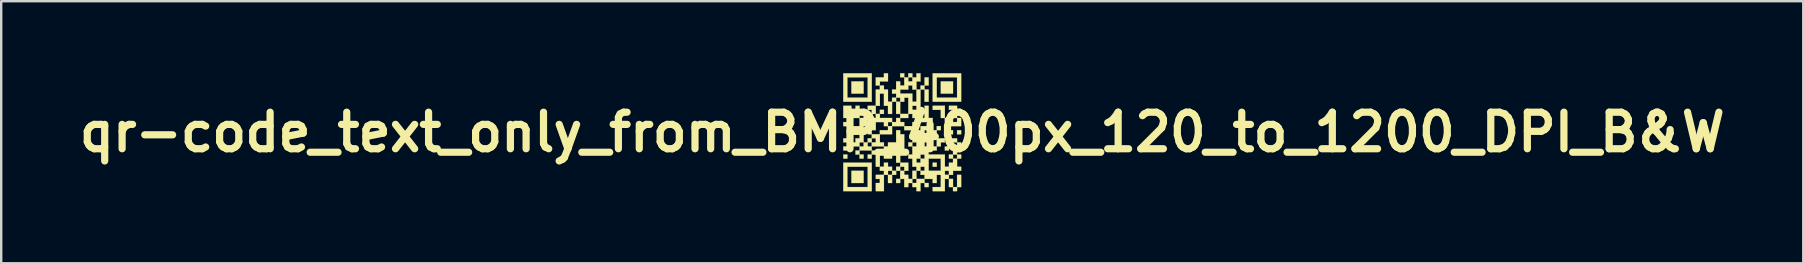
<source format=kicad_pcb>
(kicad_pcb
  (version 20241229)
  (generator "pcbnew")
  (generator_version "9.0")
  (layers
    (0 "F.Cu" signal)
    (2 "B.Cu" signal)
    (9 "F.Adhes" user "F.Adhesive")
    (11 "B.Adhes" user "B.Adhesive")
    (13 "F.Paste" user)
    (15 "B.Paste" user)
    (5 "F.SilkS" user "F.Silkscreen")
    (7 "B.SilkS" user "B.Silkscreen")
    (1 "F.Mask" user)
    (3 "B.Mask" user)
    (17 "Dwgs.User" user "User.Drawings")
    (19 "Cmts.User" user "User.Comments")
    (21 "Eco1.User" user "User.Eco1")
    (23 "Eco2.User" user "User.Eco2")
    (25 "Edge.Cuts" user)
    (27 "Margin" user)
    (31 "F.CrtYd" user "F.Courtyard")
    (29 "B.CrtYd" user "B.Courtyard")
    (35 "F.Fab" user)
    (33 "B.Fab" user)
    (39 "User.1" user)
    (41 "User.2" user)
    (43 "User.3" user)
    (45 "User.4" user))
  (footprint "qr-code_text_only_from_BMP_400px_120_to_1200_DPI_B&W"
    (layer "F.Cu")
    (at 34.551 2.46)
    (property "Reference" "qr-code_text_only_from_BMP_400px_120_to_1200_DPI_B&W" (at 0 0 0) (layer "F.SilkS") (effects (font (size 1.524 1.524) (thickness 0.3))))
    (attr through_hole)
    (fp_poly (pts (xy -2.286 0.762) (xy -2.455 0.762) (xy -2.455 0.593) (xy -2.286 0.593) (xy -2.286 0.762)) (stroke (width 0.01) (type solid)) (fill yes) (layer "F.SilkS"))
    (fp_poly (pts (xy -2.286 1.101) (xy -2.455 1.101) (xy -2.455 0.931) (xy -2.286 0.931) (xy -2.286 1.101)) (stroke (width 0.01) (type solid)) (fill yes) (layer "F.SilkS"))
    (fp_poly (pts (xy -2.117 0.423) (xy -2.455 0.423) (xy -2.455 0.254) (xy -2.117 0.254) (xy -2.117 0.423)) (stroke (width 0.01) (type solid)) (fill yes) (layer "F.SilkS"))
    (fp_poly (pts (xy -1.778 -0.931) (xy -1.947 -0.931) (xy -1.947 -1.101) (xy -1.778 -1.101) (xy -1.778 -0.931)) (stroke (width 0.01) (type solid)) (fill yes) (layer "F.SilkS"))
    (fp_poly (pts (xy -1.778 0.931) (xy -1.947 0.931) (xy -1.947 0.762) (xy -1.778 0.762) (xy -1.778 0.931)) (stroke (width 0.01) (type solid)) (fill yes) (layer "F.SilkS"))
    (fp_poly (pts (xy -1.609 -1.609) (xy -2.117 -1.609) (xy -2.117 -2.117) (xy -1.609 -2.117) (xy -1.609 -1.609)) (stroke (width 0.01) (type solid)) (fill yes) (layer "F.SilkS"))
    (fp_poly (pts (xy -1.609 1.101) (xy -1.778 1.101) (xy -1.778 0.931) (xy -1.609 0.931) (xy -1.609 1.101)) (stroke (width 0.01) (type solid)) (fill yes) (layer "F.SilkS"))
    (fp_poly (pts (xy -1.609 2.117) (xy -2.117 2.117) (xy -2.117 1.609) (xy -1.609 1.609) (xy -1.609 2.117)) (stroke (width 0.01) (type solid)) (fill yes) (layer "F.SilkS"))
    (fp_poly (pts (xy -1.27 0.085) (xy -1.439 0.085) (xy -1.439 -0.085) (xy -1.27 -0.085) (xy -1.27 0.085)) (stroke (width 0.01) (type solid)) (fill yes) (layer "F.SilkS"))
    (fp_poly (pts (xy -1.27 1.101) (xy -1.439 1.101) (xy -1.439 0.931) (xy -1.27 0.931) (xy -1.27 1.101)) (stroke (width 0.01) (type solid)) (fill yes) (layer "F.SilkS"))
    (fp_poly (pts (xy -1.101 0.931) (xy -1.27 0.931) (xy -1.27 0.762) (xy -1.101 0.762) (xy -1.101 0.931)) (stroke (width 0.01) (type solid)) (fill yes) (layer "F.SilkS"))
    (fp_poly (pts (xy -0.931 1.439) (xy -1.101 1.439) (xy -1.101 0.931) (xy -0.931 0.931) (xy -0.931 1.439)) (stroke (width 0.01) (type solid)) (fill yes) (layer "F.SilkS"))
    (fp_poly (pts (xy -0.762 -0.762) (xy -0.931 -0.762) (xy -0.931 -0.931) (xy -0.762 -0.931) (xy -0.762 -0.762)) (stroke (width 0.01) (type solid)) (fill yes) (layer "F.SilkS"))
    (fp_poly (pts (xy -0.762 0.931) (xy -0.931 0.931) (xy -0.931 0.762) (xy -0.762 0.762) (xy -0.762 0.931)) (stroke (width 0.01) (type solid)) (fill yes) (layer "F.SilkS"))
    (fp_poly (pts (xy -0.423 1.101) (xy -0.762 1.101) (xy -0.762 0.931) (xy -0.423 0.931) (xy -0.423 1.101)) (stroke (width 0.01) (type solid)) (fill yes) (layer "F.SilkS"))
    (fp_poly (pts (xy -0.254 -1.27) (xy -0.423 -1.27) (xy -0.423 -1.439) (xy -0.254 -1.439) (xy -0.254 -1.27)) (stroke (width 0.01) (type solid)) (fill yes) (layer "F.SilkS"))
    (fp_poly (pts (xy -0.085 -0.762) (xy -0.254 -0.762) (xy -0.254 -1.27) (xy -0.085 -1.27) (xy -0.085 -0.762)) (stroke (width 0.01) (type solid)) (fill yes) (layer "F.SilkS"))
    (fp_poly (pts (xy -0.085 1.27) (xy -0.254 1.27) (xy -0.254 0.931) (xy -0.085 0.931) (xy -0.085 1.27)) (stroke (width 0.01) (type solid)) (fill yes) (layer "F.SilkS"))
    (fp_poly (pts (xy -0.085 1.609) (xy -0.254 1.609) (xy -0.254 1.439) (xy -0.085 1.439) (xy -0.085 1.609)) (stroke (width 0.01) (type solid)) (fill yes) (layer "F.SilkS"))
    (fp_poly (pts (xy -0.085 2.117) (xy -0.254 2.117) (xy -0.254 1.947) (xy -0.085 1.947) (xy -0.085 2.117)) (stroke (width 0.01) (type solid)) (fill yes) (layer "F.SilkS"))
    (fp_poly (pts (xy 0.085 -2.286) (xy -0.085 -2.286) (xy -0.085 -2.455) (xy 0.085 -2.455) (xy 0.085 -2.286)) (stroke (width 0.01) (type solid)) (fill yes) (layer "F.SilkS"))
    (fp_poly (pts (xy 0.254 -0.593) (xy -0.085 -0.593) (xy -0.085 -0.762) (xy 0.254 -0.762) (xy 0.254 -0.593)) (stroke (width 0.01) (type solid)) (fill yes) (layer "F.SilkS"))
    (fp_poly (pts (xy 0.423 0.593) (xy 0.254 0.593) (xy 0.254 0.423) (xy 0.423 0.423) (xy 0.423 0.593)) (stroke (width 0.01) (type solid)) (fill yes) (layer "F.SilkS"))
    (fp_poly (pts (xy 0.593 1.947) (xy 0.423 1.947) (xy 0.423 1.609) (xy 0.593 1.609) (xy 0.593 1.947)) (stroke (width 0.01) (type solid)) (fill yes) (layer "F.SilkS"))
    (fp_poly (pts (xy 0.931 -1.778) (xy 0.762 -1.778) (xy 0.762 -1.947) (xy 0.931 -1.947) (xy 0.931 -1.778)) (stroke (width 0.01) (type solid)) (fill yes) (layer "F.SilkS"))
    (fp_poly (pts (xy 1.101 -1.947) (xy 0.931 -1.947) (xy 0.931 -2.286) (xy 1.101 -2.286) (xy 1.101 -1.947)) (stroke (width 0.01) (type solid)) (fill yes) (layer "F.SilkS"))
    (fp_poly (pts (xy 1.101 -1.27) (xy 0.931 -1.27) (xy 0.931 -1.778) (xy 1.101 -1.778) (xy 1.101 -1.27)) (stroke (width 0.01) (type solid)) (fill yes) (layer "F.SilkS"))
    (fp_poly (pts (xy 1.101 2.286) (xy 0.931 2.286) (xy 0.931 2.117) (xy 1.101 2.117) (xy 1.101 2.286)) (stroke (width 0.01) (type solid)) (fill yes) (layer "F.SilkS"))
    (fp_poly (pts (xy 1.439 1.439) (xy 1.27 1.439) (xy 1.27 1.27) (xy 1.439 1.27) (xy 1.439 1.439)) (stroke (width 0.01) (type solid)) (fill yes) (layer "F.SilkS"))
    (fp_poly (pts (xy 1.609 -0.085) (xy 1.439 -0.085) (xy 1.439 -0.254) (xy 1.609 -0.254) (xy 1.609 -0.085)) (stroke (width 0.01) (type solid)) (fill yes) (layer "F.SilkS"))
    (fp_poly (pts (xy 1.947 -0.085) (xy 1.778 -0.085) (xy 1.778 -0.254) (xy 1.947 -0.254) (xy 1.947 -0.085)) (stroke (width 0.01) (type solid)) (fill yes) (layer "F.SilkS"))
    (fp_poly (pts (xy 1.947 0.762) (xy 1.778 0.762) (xy 1.778 0.593) (xy 1.947 0.593) (xy 1.947 0.762)) (stroke (width 0.01) (type solid)) (fill yes) (layer "F.SilkS"))
    (fp_poly (pts (xy 2.117 -1.609) (xy 1.609 -1.609) (xy 1.609 -2.117) (xy 2.117 -2.117) (xy 2.117 -1.609)) (stroke (width 0.01) (type solid)) (fill yes) (layer "F.SilkS"))
    (fp_poly (pts (xy 2.117 0.085) (xy 1.947 0.085) (xy 1.947 -0.085) (xy 2.117 -0.085) (xy 2.117 0.085)) (stroke (width 0.01) (type solid)) (fill yes) (layer "F.SilkS"))
    (fp_poly (pts (xy 2.117 1.101) (xy 1.947 1.101) (xy 1.947 0.931) (xy 2.117 0.931) (xy 2.117 1.101)) (stroke (width 0.01) (type solid)) (fill yes) (layer "F.SilkS"))
    (fp_poly (pts (xy 2.117 2.286) (xy 1.947 2.286) (xy 1.947 1.947) (xy 2.117 1.947) (xy 2.117 2.286)) (stroke (width 0.01) (type solid)) (fill yes) (layer "F.SilkS"))
    (fp_poly (pts (xy 2.286 -0.931) (xy 1.947 -0.931) (xy 1.947 -1.101) (xy 2.286 -1.101) (xy 2.286 -0.931)) (stroke (width 0.01) (type solid)) (fill yes) (layer "F.SilkS"))
    (fp_poly (pts (xy 2.286 0.931) (xy 2.117 0.931) (xy 2.117 0.593) (xy 2.286 0.593) (xy 2.286 0.931)) (stroke (width 0.01) (type solid)) (fill yes) (layer "F.SilkS"))
    (fp_poly (pts (xy 2.286 2.455) (xy 2.117 2.455) (xy 2.117 2.286) (xy 2.286 2.286) (xy 2.286 2.455)) (stroke (width 0.01) (type solid)) (fill yes) (layer "F.SilkS"))
    (fp_poly (pts (xy 2.455 0.085) (xy 2.286 0.085) (xy 2.286 -0.085) (xy 2.455 -0.085) (xy 2.455 0.085)) (stroke (width 0.01) (type solid)) (fill yes) (layer "F.SilkS"))
    (fp_poly (pts (xy 2.455 0.593) (xy 2.286 0.593) (xy 2.286 0.423) (xy 2.455 0.423) (xy 2.455 0.593)) (stroke (width 0.01) (type solid)) (fill yes) (layer "F.SilkS"))
    (fp_poly (pts (xy 2.455 1.101) (xy 2.286 1.101) (xy 2.286 0.931) (xy 2.455 0.931) (xy 2.455 1.101)) (stroke (width 0.01) (type solid)) (fill yes) (layer "F.SilkS"))
    (fp_poly (pts (xy 2.455 2.286) (xy 2.286 2.286) (xy 2.286 1.778) (xy 2.455 1.778) (xy 2.455 2.286)) (stroke (width 0.01) (type solid)) (fill yes) (layer "F.SilkS"))
    (fp_poly (pts (xy -2.117 -0.931) (xy -2.286 -0.931) (xy -2.286 -0.593) (xy -2.455 -0.593) (xy -2.455 -1.101) (xy -2.117 -1.101) (xy -2.117 -0.931)) (stroke (width 0.01) (type solid)) (fill yes) (layer "F.SilkS"))
    (fp_poly (pts (xy -1.947 -0.762) (xy -1.778 -0.762) (xy -1.778 -0.593) (xy -2.117 -0.593) (xy -2.117 -0.931) (xy -1.947 -0.931) (xy -1.947 -0.762)) (stroke (width 0.01) (type solid)) (fill yes) (layer "F.SilkS"))
    (fp_poly (pts (xy -0.423 0.085) (xy -0.931 0.085) (xy -0.931 -0.085) (xy -0.593 -0.085) (xy -0.593 -0.254) (xy -0.423 -0.254) (xy -0.423 0.085)) (stroke (width 0.01) (type solid)) (fill yes) (layer "F.SilkS"))
    (fp_poly (pts (xy 0.254 1.609) (xy 0.085 1.609) (xy 0.085 1.439) (xy -0.085 1.439) (xy -0.085 1.27) (xy 0.254 1.27) (xy 0.254 1.609)) (stroke (width 0.01) (type solid)) (fill yes) (layer "F.SilkS"))
    (fp_poly (pts (xy 0.593 -0.085) (xy 0.085 -0.085) (xy 0.085 -0.254) (xy 0.423 -0.254) (xy 0.423 -0.423) (xy 0.593 -0.423) (xy 0.593 -0.085)) (stroke (width 0.01) (type solid)) (fill yes) (layer "F.SilkS"))
    (fp_poly (pts (xy 1.778 -0.593) (xy 1.609 -0.593) (xy 1.609 -0.931) (xy 1.27 -0.931) (xy 1.27 -1.101) (xy 1.778 -1.101) (xy 1.778 -0.593)) (stroke (width 0.01) (type solid)) (fill yes) (layer "F.SilkS"))
    (fp_poly (pts (xy 1.778 0.423) (xy 1.609 0.423) (xy 1.609 0.593) (xy 1.439 0.593) (xy 1.439 0.254) (xy 1.778 0.254) (xy 1.778 0.423)) (stroke (width 0.01) (type solid)) (fill yes) (layer "F.SilkS"))
    (fp_poly (pts (xy 2.286 0.423) (xy 2.117 0.423) (xy 2.117 0.593) (xy 1.947 0.593) (xy 1.947 0.254) (xy 2.286 0.254) (xy 2.286 0.423)) (stroke (width 0.01) (type solid)) (fill yes) (layer "F.SilkS"))
    (fp_poly (pts (xy -0.762 2.455) (xy -1.101 2.455) (xy -1.101 2.117) (xy -0.931 2.117) (xy -0.931 1.947) (xy -1.101 1.947) (xy -1.101 1.778) (xy -0.762 1.778) (xy -0.762 2.455)) (stroke (width 0.01) (type solid)) (fill yes) (layer "F.SilkS"))
    (fp_poly (pts (xy -0.593 -2.117) (xy -0.931 -2.117) (xy -0.931 -1.947) (xy -1.101 -1.947) (xy -1.101 -2.286) (xy -0.762 -2.286) (xy -0.762 -2.455) (xy -0.593 -2.455) (xy -0.593 -2.117)) (stroke (width 0.01) (type solid)) (fill yes) (layer "F.SilkS"))
    (fp_poly (pts (xy -0.085 -0.423) (xy 0.085 -0.423) (xy 0.085 -0.254) (xy -0.423 -0.254) (xy -0.423 -0.423) (xy -0.254 -0.423) (xy -0.254 -0.593) (xy -0.085 -0.593) (xy -0.085 -0.423)) (stroke (width 0.01) (type solid)) (fill yes) (layer "F.SilkS"))
    (fp_poly (pts (xy 0.931 2.117) (xy 0.762 2.117) (xy 0.762 2.455) (xy 0.593 2.455) (xy 0.593 2.286) (xy 0.423 2.286) (xy 0.423 2.117) (xy 0.593 2.117) (xy 0.593 1.947) (xy 0.931 1.947) (xy 0.931 2.117)) (stroke (width 0.01) (type solid)) (fill yes) (layer "F.SilkS"))
    (fp_poly (pts (xy -1.27 -1.27) (xy -2.455 -1.27) (xy -2.455 -2.286) (xy -2.286 -2.286) (xy -2.286 -1.439) (xy -1.439 -1.439) (xy -1.439 -2.286) (xy -2.286 -2.286) (xy -2.455 -2.286) (xy -2.455 -2.455) (xy -1.27 -2.455) (xy -1.27 -1.27)) (stroke (width 0.01) (type solid)) (fill yes) (layer "F.SilkS"))
    (fp_poly (pts (xy -1.27 2.455) (xy -2.455 2.455) (xy -2.455 1.439) (xy -2.286 1.439) (xy -2.286 2.286) (xy -1.439 2.286) (xy -1.439 1.439) (xy -2.286 1.439) (xy -2.455 1.439) (xy -2.455 1.27) (xy -1.27 1.27) (xy -1.27 2.455)) (stroke (width 0.01) (type solid)) (fill yes) (layer "F.SilkS"))
    (fp_poly (pts (xy 2.455 -1.27) (xy 1.27 -1.27) (xy 1.27 -2.286) (xy 1.439 -2.286) (xy 1.439 -1.439) (xy 2.286 -1.439) (xy 2.286 -2.286) (xy 1.439 -2.286) (xy 1.27 -2.286) (xy 1.27 -2.455) (xy 2.455 -2.455) (xy 2.455 -1.27)) (stroke (width 0.01) (type solid)) (fill yes) (layer "F.SilkS"))
    (fp_poly (pts (xy -0.762 0.593) (xy -0.593 0.593) (xy -0.593 0.423) (xy -0.254 0.423) (xy -0.254 -0.085) (xy -0.085 -0.085) (xy -0.085 0.085) (xy 0.085 0.085) (xy 0.085 0.931) (xy -0.085 0.931) (xy -0.085 0.762) (xy -0.762 0.762) (xy -0.762 0.593)) (stroke (width 0.01) (type solid)) (fill yes) (layer "F.SilkS"))
    (fp_poly (pts (xy -0.085 1.609) (xy 0.085 1.609) (xy 0.085 1.778) (xy 0.254 1.778) (xy 0.254 1.947) (xy 0.423 1.947) (xy 0.423 2.117) (xy 0.254 2.117) (xy 0.254 2.286) (xy 0.085 2.286) (xy 0.085 1.947) (xy -0.085 1.947) (xy -0.085 1.609)) (stroke (width 0.01) (type solid)) (fill yes) (layer "F.SilkS"))
    (fp_poly (pts (xy 2.455 -0.593) (xy 2.455 -0.254) (xy 1.947 -0.254) (xy 1.947 -0.423) (xy 1.778 -0.423) (xy 1.778 -0.593) (xy 2.117 -0.593) (xy 2.117 -0.423) (xy 2.286 -0.423) (xy 2.286 -0.593) (xy 2.117 -0.593) (xy 2.117 -0.762) (xy 2.286 -0.762) (xy 2.286 -0.593) (xy 2.455 -0.593)) (stroke (width 0.01) (type solid)) (fill yes) (layer "F.SilkS"))
    (fp_poly (pts (xy -0.762 -1.778) (xy -0.593 -1.778) (xy -0.593 -1.27) (xy -0.423 -1.27) (xy -0.423 -0.762) (xy -0.593 -0.762) (xy -0.593 -1.101) (xy -0.762 -1.101) (xy -0.762 -1.609) (xy -0.931 -1.609) (xy -0.931 -1.101) (xy -1.101 -1.101) (xy -1.101 -1.778) (xy -0.931 -1.778) (xy -0.931 -1.947) (xy -0.762 -1.947) (xy -0.762 -1.778)) (stroke (width 0.01) (type solid)) (fill yes) (layer "F.SilkS"))
    (fp_poly (pts (xy -0.762 1.609) (xy -0.593 1.609) (xy -0.593 1.778) (xy -0.423 1.778) (xy -0.423 1.609) (xy -0.593 1.609) (xy -0.762 1.609) (xy -0.931 1.609) (xy -0.931 1.439) (xy -0.762 1.439) (xy -0.762 1.27) (xy -0.593 1.27) (xy -0.593 1.439) (xy -0.423 1.439) (xy -0.423 1.609) (xy -0.254 1.609) (xy -0.254 1.778) (xy -0.423 1.778) (xy -0.423 2.117) (xy -0.593 2.117) (xy -0.593 1.778) (xy -0.762 1.778) (xy -0.762 1.609)) (stroke (width 0.01) (type solid)) (fill yes) (layer "F.SilkS"))
    (fp_poly (pts (xy -1.609 0.423) (xy -1.439 0.423) (xy -1.439 0.593) (xy -1.27 0.593) (xy -1.27 0.423) (xy -1.439 0.423) (xy -1.439 0.254) (xy -1.27 0.254) (xy -1.27 0.423) (xy -1.101 0.423) (xy -1.101 0.254) (xy -1.27 0.254) (xy -1.27 0.085) (xy -0.931 0.085) (xy -0.931 0.423) (xy -0.762 0.423) (xy -0.762 0.593) (xy -1.27 0.593) (xy -1.27 0.762) (xy -1.778 0.762) (xy -1.778 0.593) (xy -2.117 0.593) (xy -2.117 0.423) (xy -1.947 0.423) (xy -1.778 0.423) (xy -1.778 0.593) (xy -1.609 0.593) (xy -1.609 0.423) (xy -1.778 0.423) (xy -1.947 0.423) (xy -1.947 0.254) (xy -1.778 0.254) (xy -1.778 0.085) (xy -1.609 0.085) (xy -1.609 0.423)) (stroke (width 0.01) (type solid)) (fill yes) (layer "F.SilkS"))
    (fp_poly (pts (xy -0.931 -0.762) (xy -0.931 -0.593) (xy -0.423 -0.593) (xy -0.423 -0.423) (xy -0.593 -0.423) (xy -0.593 -0.254) (xy -0.762 -0.254) (xy -0.762 -0.423) (xy -1.101 -0.423) (xy -1.101 -0.085) (xy -1.27 -0.085) (xy -1.27 -0.254) (xy -1.609 -0.254) (xy -1.609 -0.085) (xy -1.947 -0.085) (xy -1.947 0.085) (xy -2.117 0.085) (xy -2.117 -0.085) (xy -2.286 -0.085) (xy -2.286 -0.254) (xy -2.455 -0.254) (xy -2.455 -0.423) (xy -2.117 -0.423) (xy -2.117 -0.254) (xy -1.778 -0.254) (xy -1.778 -0.593) (xy -1.609 -0.593) (xy -1.439 -0.593) (xy -1.439 -0.423) (xy -1.27 -0.423) (xy -1.27 -0.593) (xy -1.439 -0.593) (xy -1.609 -0.593) (xy -1.609 -0.931) (xy -1.439 -0.931) (xy -1.439 -0.762) (xy -1.27 -0.762) (xy -1.27 -0.593) (xy -1.101 -0.593) (xy -1.101 -0.762) (xy -1.27 -0.762) (xy -1.27 -0.931) (xy -1.439 -0.931) (xy -1.439 -1.101) (xy -1.101 -1.101) (xy -1.101 -0.762) (xy -0.931 -0.762)) (stroke (width 0.01) (type solid)) (fill yes) (layer "F.SilkS"))
    (fp_poly (pts (xy -0.254 -1.609) (xy -0.423 -1.609) (xy -0.423 -1.778) (xy -0.254 -1.778) (xy -0.085 -1.778) (xy -0.085 -1.609) (xy 0.423 -1.609) (xy 0.423 -1.27) (xy 0.593 -1.27) (xy 0.593 -1.778) (xy 0.423 -1.778) (xy 0.423 -1.947) (xy 0.254 -1.947) (xy 0.254 -1.778) (xy -0.085 -1.778) (xy -0.254 -1.778) (xy -0.254 -2.117) (xy -0.085 -2.117) (xy -0.085 -1.947) (xy 0.085 -1.947) (xy 0.085 -2.286) (xy 0.254 -2.286) (xy 0.254 -2.117) (xy 0.423 -2.117) (xy 0.423 -2.286) (xy 0.254 -2.286) (xy 0.254 -2.455) (xy 0.423 -2.455) (xy 0.423 -2.286) (xy 0.593 -2.286) (xy 0.593 -2.455) (xy 0.762 -2.455) (xy 0.762 -2.117) (xy 0.593 -2.117) (xy 0.593 -1.778) (xy 0.762 -1.778) (xy 0.762 -0.931) (xy 0.931 -0.931) (xy 0.931 -1.101) (xy 1.101 -1.101) (xy 1.101 -0.593) (xy 1.27 -0.593) (xy 1.27 -0.423) (xy 0.593 -0.423) (xy 0.593 -0.593) (xy 0.423 -0.593) (xy 0.423 -0.762) (xy 0.762 -0.762) (xy 0.762 -0.593) (xy 0.931 -0.593) (xy 0.931 -0.762) (xy 0.762 -0.762) (xy 0.423 -0.762) (xy 0.254 -0.762) (xy 0.254 -1.101) (xy 0.423 -1.101) (xy 0.423 -0.931) (xy 0.593 -0.931) (xy 0.593 -1.101) (xy 0.423 -1.101) (xy 0.254 -1.101) (xy 0.254 -1.439) (xy 0.085 -1.439) (xy 0.085 -1.27) (xy -0.085 -1.27) (xy -0.085 -1.439) (xy -0.254 -1.439) (xy -0.254 -1.609)) (stroke (width 0.01) (type solid)) (fill yes) (layer "F.SilkS"))
    (fp_poly (pts (xy 0.931 1.778) (xy 0.762 1.778) (xy 0.762 1.609) (xy 0.593 1.609) (xy 0.593 1.439) (xy 0.762 1.439) (xy 0.762 1.609) (xy 0.931 1.609) (xy 0.931 1.439) (xy 0.762 1.439) (xy 0.593 1.439) (xy 0.423 1.439) (xy 0.423 1.101) (xy 0.593 1.101) (xy 0.593 1.27) (xy 0.762 1.27) (xy 0.762 1.101) (xy 0.593 1.101) (xy 0.423 1.101) (xy 0.254 1.101) (xy 0.254 0.931) (xy 0.423 0.931) (xy 0.762 0.931) (xy 0.762 1.101) (xy 0.931 1.101) (xy 1.101 1.101) (xy 1.101 1.609) (xy 1.609 1.609) (xy 1.778 1.609) (xy 1.778 1.778) (xy 1.947 1.778) (xy 1.947 1.609) (xy 1.778 1.609) (xy 1.609 1.609) (xy 1.609 1.101) (xy 1.101 1.101) (xy 0.931 1.101) (xy 0.931 0.931) (xy 0.762 0.931) (xy 0.423 0.931) (xy 0.423 0.593) (xy 0.593 0.593) (xy 0.593 0.423) (xy 0.423 0.423) (xy 0.423 0.085) (xy 0.593 0.085) (xy 0.762 0.085) (xy 0.762 0.254) (xy 0.931 0.254) (xy 0.931 0.085) (xy 0.762 0.085) (xy 0.593 0.085) (xy 0.593 -0.085) (xy 0.762 -0.085) (xy 0.931 -0.085) (xy 0.931 0.085) (xy 1.101 0.085) (xy 1.101 -0.085) (xy 0.931 -0.085) (xy 0.762 -0.085) (xy 0.762 -0.254) (xy 1.27 -0.254) (xy 1.27 -0.085) (xy 1.439 -0.085) (xy 1.439 0.085) (xy 1.27 0.085) (xy 1.27 0.254) (xy 1.101 0.254) (xy 1.101 0.423) (xy 0.931 0.423) (xy 0.931 0.593) (xy 1.439 0.593) (xy 1.439 0.762) (xy 1.101 0.762) (xy 1.101 0.931) (xy 1.778 0.931) (xy 1.778 1.439) (xy 1.947 1.439) (xy 1.947 1.27) (xy 2.117 1.27) (xy 2.117 1.101) (xy 2.286 1.101) (xy 2.286 1.439) (xy 2.455 1.439) (xy 2.455 1.609) (xy 2.117 1.609) (xy 2.117 1.778) (xy 1.947 1.778) (xy 1.947 1.947) (xy 1.778 1.947) (xy 1.778 2.455) (xy 1.27 2.455) (xy 1.27 2.286) (xy 1.609 2.286) (xy 1.609 1.778) (xy 1.439 1.778) (xy 1.439 2.117) (xy 1.27 2.117) (xy 1.27 1.947) (xy 0.931 1.947) (xy 0.931 1.778)) (stroke (width 0.01) (type solid)) (fill yes) (layer "F.SilkS")))
  (gr_rect
    (start -3 -3)
    (end 72.103 7.921)
    (stroke (width 0.1) (type default))
    (fill no)
    (layer "Edge.Cuts")))
</source>
